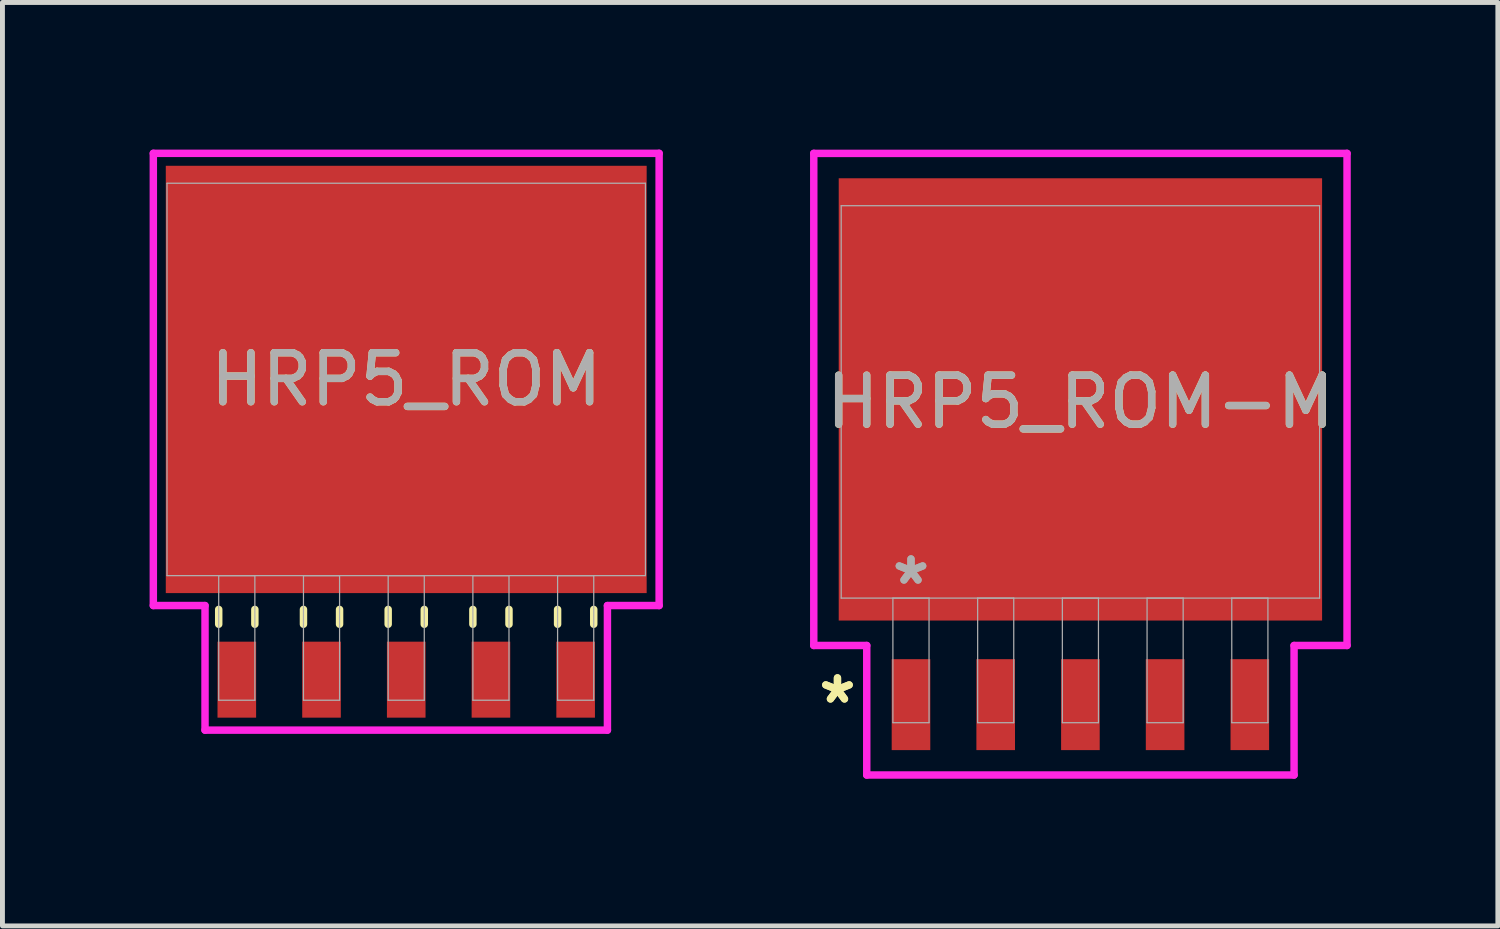
<source format=kicad_pcb>
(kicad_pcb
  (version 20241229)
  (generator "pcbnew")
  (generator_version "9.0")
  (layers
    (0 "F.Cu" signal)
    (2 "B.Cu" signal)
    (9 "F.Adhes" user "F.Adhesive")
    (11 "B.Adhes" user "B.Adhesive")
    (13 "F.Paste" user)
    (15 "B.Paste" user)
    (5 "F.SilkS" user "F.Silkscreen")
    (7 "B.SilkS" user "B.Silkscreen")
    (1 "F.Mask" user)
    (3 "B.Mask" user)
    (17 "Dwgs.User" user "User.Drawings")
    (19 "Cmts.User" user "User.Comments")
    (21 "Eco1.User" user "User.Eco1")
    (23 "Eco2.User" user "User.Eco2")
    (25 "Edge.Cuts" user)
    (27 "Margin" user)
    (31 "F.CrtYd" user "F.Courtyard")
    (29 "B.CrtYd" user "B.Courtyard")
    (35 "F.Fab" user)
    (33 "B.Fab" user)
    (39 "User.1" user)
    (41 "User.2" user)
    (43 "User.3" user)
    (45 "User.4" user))
  (footprint "HRP5_ROM"
    (layer "F.Cu")
    (at 5.232 4.686)
    (property "Reference" "HRP5_ROM" (at 0 0 0) (unlocked yes) (layer "F.SilkS") (effects (font (size 1 1) (thickness 0.15))))
    (attr smd)
    (fp_line (start -3.823 4.689) (end -3.823 4.991) (stroke (width 0.152) (type solid)) (layer "F.SilkS"))
    (fp_line (start -3.086 4.689) (end -3.086 4.991) (stroke (width 0.152) (type solid)) (layer "F.SilkS"))
    (fp_line (start -2.095 4.689) (end -2.095 4.991) (stroke (width 0.152) (type solid)) (layer "F.SilkS"))
    (fp_line (start -1.359 4.689) (end -1.359 4.991) (stroke (width 0.152) (type solid)) (layer "F.SilkS"))
    (fp_line (start -0.368 4.689) (end -0.368 4.991) (stroke (width 0.152) (type solid)) (layer "F.SilkS"))
    (fp_line (start 0.368 4.689) (end 0.368 4.991) (stroke (width 0.152) (type solid)) (layer "F.SilkS"))
    (fp_line (start 1.359 4.689) (end 1.359 4.991) (stroke (width 0.152) (type solid)) (layer "F.SilkS"))
    (fp_line (start 2.095 4.689) (end 2.095 4.991) (stroke (width 0.152) (type solid)) (layer "F.SilkS"))
    (fp_line (start 3.086 4.689) (end 3.086 4.991) (stroke (width 0.152) (type solid)) (layer "F.SilkS"))
    (fp_line (start 3.823 4.689) (end 3.823 4.991) (stroke (width 0.152) (type solid)) (layer "F.SilkS"))
    (fp_line (start -5.156 -4.61) (end 5.156 -4.61) (stroke (width 0.152) (type solid)) (layer "F.CrtYd"))
    (fp_line (start -5.156 4.61) (end -5.156 -4.61) (stroke (width 0.152) (type solid)) (layer "F.CrtYd"))
    (fp_line (start -4.102 4.61) (end -5.156 4.61) (stroke (width 0.152) (type solid)) (layer "F.CrtYd"))
    (fp_line (start -4.102 7.15) (end -4.102 4.61) (stroke (width 0.152) (type solid)) (layer "F.CrtYd"))
    (fp_line (start 4.102 4.61) (end 4.102 7.15) (stroke (width 0.152) (type solid)) (layer "F.CrtYd"))
    (fp_line (start 4.102 7.15) (end -4.102 7.15) (stroke (width 0.152) (type solid)) (layer "F.CrtYd"))
    (fp_line (start 5.156 -4.61) (end 5.156 4.61) (stroke (width 0.152) (type solid)) (layer "F.CrtYd"))
    (fp_line (start 5.156 4.61) (end 4.102 4.61) (stroke (width 0.152) (type solid)) (layer "F.CrtYd"))
    (fp_line (start -4.877 -4) (end -4.877 4) (stroke (width 0.025) (type solid)) (layer "F.Fab"))
    (fp_line (start -4.877 4) (end 4.877 4) (stroke (width 0.025) (type solid)) (layer "F.Fab"))
    (fp_line (start -3.823 4) (end -3.823 6.54) (stroke (width 0.025) (type solid)) (layer "F.Fab"))
    (fp_line (start -3.823 6.54) (end -3.086 6.54) (stroke (width 0.025) (type solid)) (layer "F.Fab"))
    (fp_line (start -3.086 4) (end -3.823 4) (stroke (width 0.025) (type solid)) (layer "F.Fab"))
    (fp_line (start -3.086 6.54) (end -3.086 4) (stroke (width 0.025) (type solid)) (layer "F.Fab"))
    (fp_line (start -2.095 4) (end -2.095 6.54) (stroke (width 0.025) (type solid)) (layer "F.Fab"))
    (fp_line (start -2.095 6.54) (end -1.359 6.54) (stroke (width 0.025) (type solid)) (layer "F.Fab"))
    (fp_line (start -1.359 4) (end -2.095 4) (stroke (width 0.025) (type solid)) (layer "F.Fab"))
    (fp_line (start -1.359 6.54) (end -1.359 4) (stroke (width 0.025) (type solid)) (layer "F.Fab"))
    (fp_line (start -0.368 4) (end -0.368 6.54) (stroke (width 0.025) (type solid)) (layer "F.Fab"))
    (fp_line (start -0.368 6.54) (end 0.368 6.54) (stroke (width 0.025) (type solid)) (layer "F.Fab"))
    (fp_line (start 0.368 4) (end -0.368 4) (stroke (width 0.025) (type solid)) (layer "F.Fab"))
    (fp_line (start 0.368 6.54) (end 0.368 4) (stroke (width 0.025) (type solid)) (layer "F.Fab"))
    (fp_line (start 1.359 4) (end 1.359 6.54) (stroke (width 0.025) (type solid)) (layer "F.Fab"))
    (fp_line (start 1.359 6.54) (end 2.095 6.54) (stroke (width 0.025) (type solid)) (layer "F.Fab"))
    (fp_line (start 2.095 4) (end 1.359 4) (stroke (width 0.025) (type solid)) (layer "F.Fab"))
    (fp_line (start 2.095 6.54) (end 2.095 4) (stroke (width 0.025) (type solid)) (layer "F.Fab"))
    (fp_line (start 3.086 4) (end 3.086 6.54) (stroke (width 0.025) (type solid)) (layer "F.Fab"))
    (fp_line (start 3.086 6.54) (end 3.823 6.54) (stroke (width 0.025) (type solid)) (layer "F.Fab"))
    (fp_line (start 3.823 4) (end 3.086 4) (stroke (width 0.025) (type solid)) (layer "F.Fab"))
    (fp_line (start 3.823 6.54) (end 3.823 4) (stroke (width 0.025) (type solid)) (layer "F.Fab"))
    (fp_line (start 4.877 -4) (end -4.877 -4) (stroke (width 0.025) (type solid)) (layer "F.Fab"))
    (fp_line (start 4.877 4) (end 4.877 -4) (stroke (width 0.025) (type solid)) (layer "F.Fab"))
    (fp_text user "${REFERENCE}" (at 0 0 0) (unlocked yes) (layer "F.Fab") (effects (font (size 1 1) (thickness 0.15))))
    (pad "1" smd rect (at -3.454 6.121) (size 0.787 1.549) (layers "F.Cu" "F.Mask" "F.Paste"))
    (pad "2" smd rect (at -1.727 6.121) (size 0.787 1.549) (layers "F.Cu" "F.Mask" "F.Paste"))
    (pad "3" smd rect (at 0 6.121) (size 0.787 1.549) (layers "F.Cu" "F.Mask" "F.Paste"))
    (pad "4" smd rect (at 1.727 6.121) (size 0.787 1.549) (layers "F.Cu" "F.Mask" "F.Paste"))
    (pad "5" smd rect (at 3.454 6.121) (size 0.787 1.549) (layers "F.Cu" "F.Mask" "F.Paste"))
    (pad "6" smd rect (at 0 0) (size 9.804 8.712) (layers "F.Cu" "F.Mask" "F.Paste")))
  (footprint "HRP5_ROM-M"
    (layer "F.Cu")
    (at 18.977 5.144)
    (property "Reference" "HRP5_ROM-M" (at 0 0 0) (unlocked yes) (layer "F.SilkS") (effects (font (size 1 1) (thickness 0.15))))
    (attr smd)
    (fp_line (start -5.436 -5.067) (end 5.436 -5.067) (stroke (width 0.152) (type solid)) (layer "F.CrtYd"))
    (fp_line (start -5.436 4.966) (end -5.436 -5.067) (stroke (width 0.152) (type solid)) (layer "F.CrtYd"))
    (fp_line (start -4.356 4.966) (end -5.436 4.966) (stroke (width 0.152) (type solid)) (layer "F.CrtYd"))
    (fp_line (start -4.356 7.607) (end -4.356 4.966) (stroke (width 0.152) (type solid)) (layer "F.CrtYd"))
    (fp_line (start 4.356 4.966) (end 4.356 7.607) (stroke (width 0.152) (type solid)) (layer "F.CrtYd"))
    (fp_line (start 4.356 7.607) (end -4.356 7.607) (stroke (width 0.152) (type solid)) (layer "F.CrtYd"))
    (fp_line (start 5.436 -5.067) (end 5.436 4.966) (stroke (width 0.152) (type solid)) (layer "F.CrtYd"))
    (fp_line (start 5.436 4.966) (end 4.356 4.966) (stroke (width 0.152) (type solid)) (layer "F.CrtYd"))
    (fp_line (start -4.877 -4) (end -4.877 4) (stroke (width 0.025) (type solid)) (layer "F.Fab"))
    (fp_line (start -4.877 4) (end 4.877 4) (stroke (width 0.025) (type solid)) (layer "F.Fab"))
    (fp_line (start -3.823 4) (end -3.823 6.54) (stroke (width 0.025) (type solid)) (layer "F.Fab"))
    (fp_line (start -3.823 6.54) (end -3.086 6.54) (stroke (width 0.025) (type solid)) (layer "F.Fab"))
    (fp_line (start -3.086 4) (end -3.823 4) (stroke (width 0.025) (type solid)) (layer "F.Fab"))
    (fp_line (start -3.086 6.54) (end -3.086 4) (stroke (width 0.025) (type solid)) (layer "F.Fab"))
    (fp_line (start -2.095 4) (end -2.095 6.54) (stroke (width 0.025) (type solid)) (layer "F.Fab"))
    (fp_line (start -2.095 6.54) (end -1.359 6.54) (stroke (width 0.025) (type solid)) (layer "F.Fab"))
    (fp_line (start -1.359 4) (end -2.095 4) (stroke (width 0.025) (type solid)) (layer "F.Fab"))
    (fp_line (start -1.359 6.54) (end -1.359 4) (stroke (width 0.025) (type solid)) (layer "F.Fab"))
    (fp_line (start -0.368 4) (end -0.368 6.54) (stroke (width 0.025) (type solid)) (layer "F.Fab"))
    (fp_line (start -0.368 6.54) (end 0.368 6.54) (stroke (width 0.025) (type solid)) (layer "F.Fab"))
    (fp_line (start 0.368 4) (end -0.368 4) (stroke (width 0.025) (type solid)) (layer "F.Fab"))
    (fp_line (start 0.368 6.54) (end 0.368 4) (stroke (width 0.025) (type solid)) (layer "F.Fab"))
    (fp_line (start 1.359 4) (end 1.359 6.54) (stroke (width 0.025) (type solid)) (layer "F.Fab"))
    (fp_line (start 1.359 6.54) (end 2.095 6.54) (stroke (width 0.025) (type solid)) (layer "F.Fab"))
    (fp_line (start 2.095 4) (end 1.359 4) (stroke (width 0.025) (type solid)) (layer "F.Fab"))
    (fp_line (start 2.095 6.54) (end 2.095 4) (stroke (width 0.025) (type solid)) (layer "F.Fab"))
    (fp_line (start 3.086 4) (end 3.086 6.54) (stroke (width 0.025) (type solid)) (layer "F.Fab"))
    (fp_line (start 3.086 6.54) (end 3.823 6.54) (stroke (width 0.025) (type solid)) (layer "F.Fab"))
    (fp_line (start 3.823 4) (end 3.086 4) (stroke (width 0.025) (type solid)) (layer "F.Fab"))
    (fp_line (start 3.823 6.54) (end 3.823 4) (stroke (width 0.025) (type solid)) (layer "F.Fab"))
    (fp_line (start 4.877 -4) (end -4.877 -4) (stroke (width 0.025) (type solid)) (layer "F.Fab"))
    (fp_line (start 4.877 4) (end 4.877 -4) (stroke (width 0.025) (type solid)) (layer "F.Fab"))
    (fp_text user "*" (at -4.953 6.172 0) (layer "F.SilkS") (effects (font (size 1 1) (thickness 0.15))))
    (fp_text user "*" (at -4.953 6.172 0) (unlocked yes) (layer "F.SilkS") (effects (font (size 1 1) (thickness 0.15))))
    (fp_text user "${REFERENCE}" (at 0 0 0) (unlocked yes) (layer "F.Fab") (effects (font (size 1 1) (thickness 0.15))))
    (fp_text user "*" (at -3.454 3.747 0) (layer "F.Fab") (effects (font (size 1 1) (thickness 0.15))))
    (fp_text user "*" (at -3.454 3.747 0) (unlocked yes) (layer "F.Fab") (effects (font (size 1 1) (thickness 0.15))))
    (pad "1" smd rect (at -3.454 6.172) (size 0.787 1.854) (layers "F.Cu" "F.Mask" "F.Paste"))
    (pad "2" smd rect (at -1.727 6.172) (size 0.787 1.854) (layers "F.Cu" "F.Mask" "F.Paste"))
    (pad "3" smd rect (at 0 6.172) (size 0.787 1.854) (layers "F.Cu" "F.Mask" "F.Paste"))
    (pad "4" smd rect (at 1.727 6.172) (size 0.787 1.854) (layers "F.Cu" "F.Mask" "F.Paste"))
    (pad "5" smd rect (at 3.454 6.172) (size 0.787 1.854) (layers "F.Cu" "F.Mask" "F.Paste"))
    (pad "6" smd rect (at 0 -0.051) (size 9.855 9.017) (layers "F.Cu" "F.Mask" "F.Paste")))
  (gr_rect
    (start -3 -3)
    (end 27.488 15.827)
    (stroke (width 0.1) (type default))
    (fill no)
    (layer "Edge.Cuts")))
</source>
